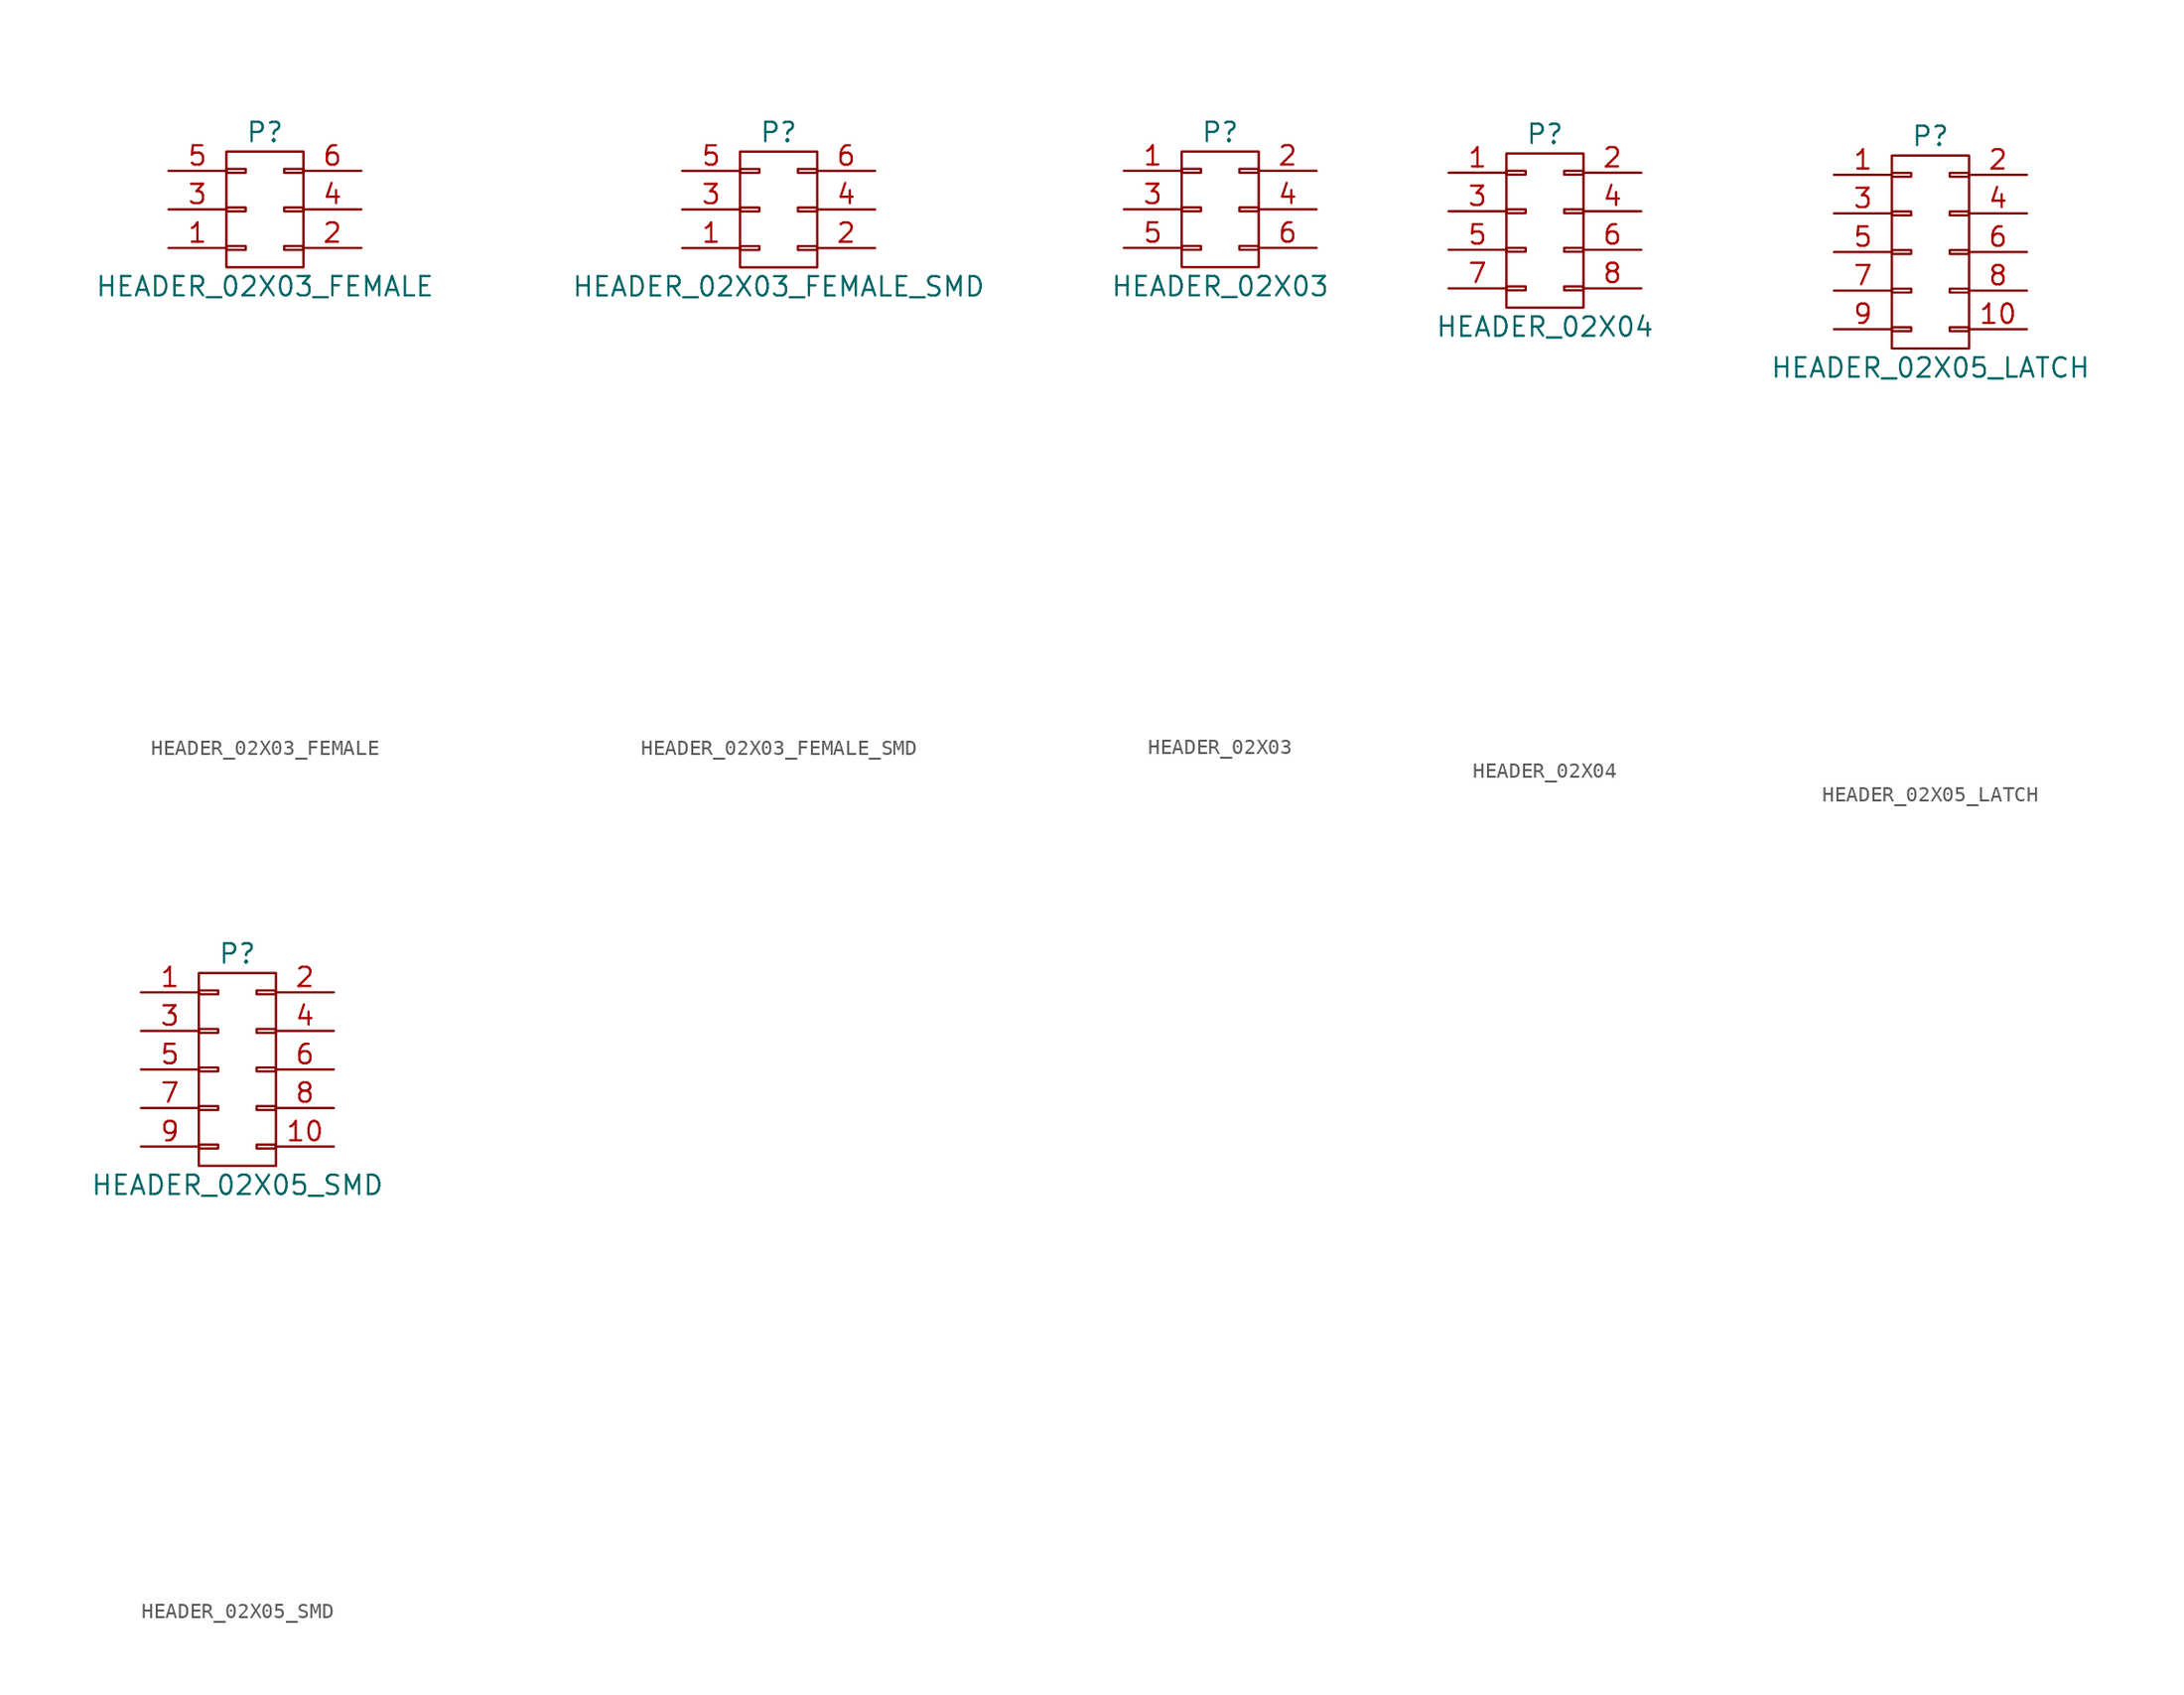
<source format=kicad_sym>
(kicad_symbol_lib
  (version 20211014)
  (generator kicad_symbol_editor)
  (symbol "HEADER_02X03_FEMALE"
    (pin_names
      (offset 0.025) hide)
    (property "Reference" "P"
      (at 0 5.08 0)
      (effects (font (size 1.27 1.27))))
    (property "Value" "HEADER_02X03_FEMALE"
      (at 0 -5.08 0)
      (effects (font (size 1.27 1.27))))
    (property "Datasheet" ""
      (at 0 -30.48 0)
      (effects (font (size 1.524 1.524))))
    (symbol "HEADER_02X03_FEMALE_0_1"
      (rectangle (start -2.54 -2.413) (end -1.27 -2.667) (stroke (width 0) (type default) (color 0 0 0 0)) (fill (type none)))
      (rectangle (start -2.54 0.127) (end -1.27 -0.127) (stroke (width 0) (type default) (color 0 0 0 0)) (fill (type none)))
      (rectangle (start -2.54 2.667) (end -1.27 2.413) (stroke (width 0) (type default) (color 0 0 0 0)) (fill (type none)))
      (rectangle (start -2.54 3.81) (end 2.54 -3.81) (stroke (width 0) (type default) (color 0 0 0 0)) (fill (type none)))
      (rectangle (start 1.27 -2.413) (end 2.54 -2.667) (stroke (width 0) (type default) (color 0 0 0 0)) (fill (type none)))
      (rectangle (start 1.27 0.127) (end 2.54 -0.127) (stroke (width 0) (type default) (color 0 0 0 0)) (fill (type none)))
      (rectangle (start 1.27 2.667) (end 2.54 2.413) (stroke (width 0) (type default) (color 0 0 0 0)) (fill (type none))))
    (symbol "HEADER_02X03_FEMALE_1_1"
      (pin passive line (at -6.35 -2.54 0) (length 3.81) (name "P1" (effects (font (size 1.27 1.27)))) (number "1" (effects (font (size 1.27 1.27)))))
      (pin passive line (at 6.35 -2.54 180) (length 3.81) (name "P2" (effects (font (size 1.27 1.27)))) (number "2" (effects (font (size 1.27 1.27)))))
      (pin passive line (at -6.35 0 0) (length 3.81) (name "P3" (effects (font (size 1.27 1.27)))) (number "3" (effects (font (size 1.27 1.27)))))
      (pin passive line (at 6.35 0 180) (length 3.81) (name "P4" (effects (font (size 1.27 1.27)))) (number "4" (effects (font (size 1.27 1.27)))))
      (pin passive line (at -6.35 2.54 0) (length 3.81) (name "P5" (effects (font (size 1.27 1.27)))) (number "5" (effects (font (size 1.27 1.27)))))
      (pin passive line (at 6.35 2.54 180) (length 3.81) (name "P6" (effects (font (size 1.27 1.27)))) (number "6" (effects (font (size 1.27 1.27)))))))
  (symbol "HEADER_02X03_FEMALE_SMD"
    (pin_names
      (offset 0.025) hide)
    (property "Reference" "P"
      (at 0 5.08 0)
      (effects (font (size 1.27 1.27))))
    (property "Value" "HEADER_02X03_FEMALE_SMD"
      (at 0 -5.08 0)
      (effects (font (size 1.27 1.27))))
    (property "Datasheet" ""
      (at 0 -30.48 0)
      (effects (font (size 1.524 1.524))))
    (symbol "HEADER_02X03_FEMALE_SMD_0_1"
      (rectangle (start -2.54 -2.413) (end -1.27 -2.667) (stroke (width 0) (type default) (color 0 0 0 0)) (fill (type none)))
      (rectangle (start -2.54 0.127) (end -1.27 -0.127) (stroke (width 0) (type default) (color 0 0 0 0)) (fill (type none)))
      (rectangle (start -2.54 2.667) (end -1.27 2.413) (stroke (width 0) (type default) (color 0 0 0 0)) (fill (type none)))
      (rectangle (start -2.54 3.81) (end 2.54 -3.81) (stroke (width 0) (type default) (color 0 0 0 0)) (fill (type none)))
      (rectangle (start 1.27 -2.413) (end 2.54 -2.667) (stroke (width 0) (type default) (color 0 0 0 0)) (fill (type none)))
      (rectangle (start 1.27 0.127) (end 2.54 -0.127) (stroke (width 0) (type default) (color 0 0 0 0)) (fill (type none)))
      (rectangle (start 1.27 2.667) (end 2.54 2.413) (stroke (width 0) (type default) (color 0 0 0 0)) (fill (type none))))
    (symbol "HEADER_02X03_FEMALE_SMD_1_1"
      (pin passive line (at -6.35 -2.54 0) (length 3.81) (name "P1" (effects (font (size 1.27 1.27)))) (number "1" (effects (font (size 1.27 1.27)))))
      (pin passive line (at 6.35 -2.54 180) (length 3.81) (name "P2" (effects (font (size 1.27 1.27)))) (number "2" (effects (font (size 1.27 1.27)))))
      (pin passive line (at -6.35 0 0) (length 3.81) (name "P3" (effects (font (size 1.27 1.27)))) (number "3" (effects (font (size 1.27 1.27)))))
      (pin passive line (at 6.35 0 180) (length 3.81) (name "P4" (effects (font (size 1.27 1.27)))) (number "4" (effects (font (size 1.27 1.27)))))
      (pin passive line (at -6.35 2.54 0) (length 3.81) (name "P5" (effects (font (size 1.27 1.27)))) (number "5" (effects (font (size 1.27 1.27)))))
      (pin passive line (at 6.35 2.54 180) (length 3.81) (name "P6" (effects (font (size 1.27 1.27)))) (number "6" (effects (font (size 1.27 1.27)))))))
  (symbol "HEADER_02X03"
    (pin_names
      (offset 0.025) hide)
    (property "Reference" "P"
      (at 0 5.08 0)
      (effects (font (size 1.27 1.27))))
    (property "Value" "HEADER_02X03"
      (at 0 -5.08 0)
      (effects (font (size 1.27 1.27))))
    (property "Datasheet" ""
      (at 0 -30.48 0)
      (effects (font (size 1.524 1.524))))
    (symbol "HEADER_02X03_0_1"
      (rectangle (start -2.54 -2.413) (end -1.27 -2.667) (stroke (width 0) (type default) (color 0 0 0 0)) (fill (type none)))
      (rectangle (start -2.54 0.127) (end -1.27 -0.127) (stroke (width 0) (type default) (color 0 0 0 0)) (fill (type none)))
      (rectangle (start -2.54 2.667) (end -1.27 2.413) (stroke (width 0) (type default) (color 0 0 0 0)) (fill (type none)))
      (rectangle (start -2.54 3.81) (end 2.54 -3.81) (stroke (width 0) (type default) (color 0 0 0 0)) (fill (type none)))
      (rectangle (start 1.27 -2.413) (end 2.54 -2.667) (stroke (width 0) (type default) (color 0 0 0 0)) (fill (type none)))
      (rectangle (start 1.27 0.127) (end 2.54 -0.127) (stroke (width 0) (type default) (color 0 0 0 0)) (fill (type none)))
      (rectangle (start 1.27 2.667) (end 2.54 2.413) (stroke (width 0) (type default) (color 0 0 0 0)) (fill (type none))))
    (symbol "HEADER_02X03_1_1"
      (pin passive line (at -6.35 2.54 0) (length 3.81) (name "P1" (effects (font (size 1.27 1.27)))) (number "1" (effects (font (size 1.27 1.27)))))
      (pin passive line (at 6.35 2.54 180) (length 3.81) (name "P2" (effects (font (size 1.27 1.27)))) (number "2" (effects (font (size 1.27 1.27)))))
      (pin passive line (at -6.35 0 0) (length 3.81) (name "P3" (effects (font (size 1.27 1.27)))) (number "3" (effects (font (size 1.27 1.27)))))
      (pin passive line (at 6.35 0 180) (length 3.81) (name "P4" (effects (font (size 1.27 1.27)))) (number "4" (effects (font (size 1.27 1.27)))))
      (pin passive line (at -6.35 -2.54 0) (length 3.81) (name "P5" (effects (font (size 1.27 1.27)))) (number "5" (effects (font (size 1.27 1.27)))))
      (pin passive line (at 6.35 -2.54 180) (length 3.81) (name "P6" (effects (font (size 1.27 1.27)))) (number "6" (effects (font (size 1.27 1.27)))))))
  (symbol "HEADER_02X04"
    (pin_names
      (offset 0.025) hide)
    (property "Reference" "P"
      (at 0 6.35 0)
      (effects (font (size 1.27 1.27))))
    (property "Value" "HEADER_02X04"
      (at 0 -6.35 0)
      (effects (font (size 1.27 1.27))))
    (property "Datasheet" ""
      (at 0 -30.48 0)
      (effects (font (size 1.524 1.524))))
    (symbol "HEADER_02X04_0_1"
      (rectangle (start -2.54 -3.683) (end -1.27 -3.937) (stroke (width 0) (type default) (color 0 0 0 0)) (fill (type none)))
      (rectangle (start -2.54 -1.143) (end -1.27 -1.397) (stroke (width 0) (type default) (color 0 0 0 0)) (fill (type none)))
      (rectangle (start -2.54 1.397) (end -1.27 1.143) (stroke (width 0) (type default) (color 0 0 0 0)) (fill (type none)))
      (rectangle (start -2.54 3.937) (end -1.27 3.683) (stroke (width 0) (type default) (color 0 0 0 0)) (fill (type none)))
      (rectangle (start -2.54 5.08) (end 2.54 -5.08) (stroke (width 0) (type default) (color 0 0 0 0)) (fill (type none)))
      (rectangle (start 1.27 -3.683) (end 2.54 -3.937) (stroke (width 0) (type default) (color 0 0 0 0)) (fill (type none)))
      (rectangle (start 1.27 -1.143) (end 2.54 -1.397) (stroke (width 0) (type default) (color 0 0 0 0)) (fill (type none)))
      (rectangle (start 1.27 1.397) (end 2.54 1.143) (stroke (width 0) (type default) (color 0 0 0 0)) (fill (type none)))
      (rectangle (start 1.27 3.937) (end 2.54 3.683) (stroke (width 0) (type default) (color 0 0 0 0)) (fill (type none))))
    (symbol "HEADER_02X04_1_1"
      (pin passive line (at -6.35 3.81 0) (length 3.81) (name "P1" (effects (font (size 1.27 1.27)))) (number "1" (effects (font (size 1.27 1.27)))))
      (pin passive line (at 6.35 3.81 180) (length 3.81) (name "P2" (effects (font (size 1.27 1.27)))) (number "2" (effects (font (size 1.27 1.27)))))
      (pin passive line (at -6.35 1.27 0) (length 3.81) (name "P3" (effects (font (size 1.27 1.27)))) (number "3" (effects (font (size 1.27 1.27)))))
      (pin passive line (at 6.35 1.27 180) (length 3.81) (name "P4" (effects (font (size 1.27 1.27)))) (number "4" (effects (font (size 1.27 1.27)))))
      (pin passive line (at -6.35 -1.27 0) (length 3.81) (name "P5" (effects (font (size 1.27 1.27)))) (number "5" (effects (font (size 1.27 1.27)))))
      (pin passive line (at 6.35 -1.27 180) (length 3.81) (name "P6" (effects (font (size 1.27 1.27)))) (number "6" (effects (font (size 1.27 1.27)))))
      (pin passive line (at -6.35 -3.81 0) (length 3.81) (name "P7" (effects (font (size 1.27 1.27)))) (number "7" (effects (font (size 1.27 1.27)))))
      (pin passive line (at 6.35 -3.81 180) (length 3.81) (name "P8" (effects (font (size 1.27 1.27)))) (number "8" (effects (font (size 1.27 1.27)))))))
  (symbol "HEADER_02X05_LATCH"
    (pin_names
      (offset 0.025) hide)
    (property "Reference" "P"
      (at 0 7.62 0)
      (effects (font (size 1.27 1.27))))
    (property "Value" "HEADER_02X05_LATCH"
      (at 0 -7.62 0)
      (effects (font (size 1.27 1.27))))
    (property "Datasheet" ""
      (at 0 -30.48 0)
      (effects (font (size 1.524 1.524))))
    (symbol "HEADER_02X05_LATCH_0_1"
      (rectangle (start -2.54 -4.953) (end -1.27 -5.207) (stroke (width 0) (type default) (color 0 0 0 0)) (fill (type none)))
      (rectangle (start -2.54 -2.413) (end -1.27 -2.667) (stroke (width 0) (type default) (color 0 0 0 0)) (fill (type none)))
      (rectangle (start -2.54 0.127) (end -1.27 -0.127) (stroke (width 0) (type default) (color 0 0 0 0)) (fill (type none)))
      (rectangle (start -2.54 2.667) (end -1.27 2.413) (stroke (width 0) (type default) (color 0 0 0 0)) (fill (type none)))
      (rectangle (start -2.54 5.207) (end -1.27 4.953) (stroke (width 0) (type default) (color 0 0 0 0)) (fill (type none)))
      (rectangle (start -2.54 6.35) (end 2.54 -6.35) (stroke (width 0) (type default) (color 0 0 0 0)) (fill (type none)))
      (rectangle (start 1.27 -4.953) (end 2.54 -5.207) (stroke (width 0) (type default) (color 0 0 0 0)) (fill (type none)))
      (rectangle (start 1.27 -2.413) (end 2.54 -2.667) (stroke (width 0) (type default) (color 0 0 0 0)) (fill (type none)))
      (rectangle (start 1.27 0.127) (end 2.54 -0.127) (stroke (width 0) (type default) (color 0 0 0 0)) (fill (type none)))
      (rectangle (start 1.27 2.667) (end 2.54 2.413) (stroke (width 0) (type default) (color 0 0 0 0)) (fill (type none)))
      (rectangle (start 1.27 5.207) (end 2.54 4.953) (stroke (width 0) (type default) (color 0 0 0 0)) (fill (type none))))
    (symbol "HEADER_02X05_LATCH_1_1"
      (pin passive line (at -6.35 5.08 0) (length 3.81) (name "P1" (effects (font (size 1.27 1.27)))) (number "1" (effects (font (size 1.27 1.27)))))
      (pin passive line (at 6.35 -5.08 180) (length 3.81) (name "P10" (effects (font (size 1.27 1.27)))) (number "10" (effects (font (size 1.27 1.27)))))
      (pin passive line (at 6.35 5.08 180) (length 3.81) (name "P2" (effects (font (size 1.27 1.27)))) (number "2" (effects (font (size 1.27 1.27)))))
      (pin passive line (at -6.35 2.54 0) (length 3.81) (name "P3" (effects (font (size 1.27 1.27)))) (number "3" (effects (font (size 1.27 1.27)))))
      (pin passive line (at 6.35 2.54 180) (length 3.81) (name "P4" (effects (font (size 1.27 1.27)))) (number "4" (effects (font (size 1.27 1.27)))))
      (pin passive line (at -6.35 0 0) (length 3.81) (name "P5" (effects (font (size 1.27 1.27)))) (number "5" (effects (font (size 1.27 1.27)))))
      (pin passive line (at 6.35 0 180) (length 3.81) (name "P6" (effects (font (size 1.27 1.27)))) (number "6" (effects (font (size 1.27 1.27)))))
      (pin passive line (at -6.35 -2.54 0) (length 3.81) (name "P7" (effects (font (size 1.27 1.27)))) (number "7" (effects (font (size 1.27 1.27)))))
      (pin passive line (at 6.35 -2.54 180) (length 3.81) (name "P8" (effects (font (size 1.27 1.27)))) (number "8" (effects (font (size 1.27 1.27)))))
      (pin passive line (at -6.35 -5.08 0) (length 3.81) (name "P9" (effects (font (size 1.27 1.27)))) (number "9" (effects (font (size 1.27 1.27)))))))
  (symbol "HEADER_02X05_SMD"
    (pin_names
      (offset 0.025) hide)
    (property "Reference" "P"
      (at 0 7.62 0)
      (effects (font (size 1.27 1.27))))
    (property "Value" "HEADER_02X05_SMD"
      (at 0 -7.62 0)
      (effects (font (size 1.27 1.27))))
    (property "Datasheet" ""
      (at 0 -30.48 0)
      (effects (font (size 1.524 1.524))))
    (symbol "HEADER_02X05_SMD_0_1"
      (rectangle (start -2.54 -4.953) (end -1.27 -5.207) (stroke (width 0) (type default) (color 0 0 0 0)) (fill (type none)))
      (rectangle (start -2.54 -2.413) (end -1.27 -2.667) (stroke (width 0) (type default) (color 0 0 0 0)) (fill (type none)))
      (rectangle (start -2.54 0.127) (end -1.27 -0.127) (stroke (width 0) (type default) (color 0 0 0 0)) (fill (type none)))
      (rectangle (start -2.54 2.667) (end -1.27 2.413) (stroke (width 0) (type default) (color 0 0 0 0)) (fill (type none)))
      (rectangle (start -2.54 5.207) (end -1.27 4.953) (stroke (width 0) (type default) (color 0 0 0 0)) (fill (type none)))
      (rectangle (start -2.54 6.35) (end 2.54 -6.35) (stroke (width 0) (type default) (color 0 0 0 0)) (fill (type none)))
      (rectangle (start 1.27 -4.953) (end 2.54 -5.207) (stroke (width 0) (type default) (color 0 0 0 0)) (fill (type none)))
      (rectangle (start 1.27 -2.413) (end 2.54 -2.667) (stroke (width 0) (type default) (color 0 0 0 0)) (fill (type none)))
      (rectangle (start 1.27 0.127) (end 2.54 -0.127) (stroke (width 0) (type default) (color 0 0 0 0)) (fill (type none)))
      (rectangle (start 1.27 2.667) (end 2.54 2.413) (stroke (width 0) (type default) (color 0 0 0 0)) (fill (type none)))
      (rectangle (start 1.27 5.207) (end 2.54 4.953) (stroke (width 0) (type default) (color 0 0 0 0)) (fill (type none))))
    (symbol "HEADER_02X05_SMD_1_1"
      (pin passive line (at -6.35 5.08 0) (length 3.81) (name "P1" (effects (font (size 1.27 1.27)))) (number "1" (effects (font (size 1.27 1.27)))))
      (pin passive line (at 6.35 -5.08 180) (length 3.81) (name "P10" (effects (font (size 1.27 1.27)))) (number "10" (effects (font (size 1.27 1.27)))))
      (pin passive line (at 6.35 5.08 180) (length 3.81) (name "P2" (effects (font (size 1.27 1.27)))) (number "2" (effects (font (size 1.27 1.27)))))
      (pin passive line (at -6.35 2.54 0) (length 3.81) (name "P3" (effects (font (size 1.27 1.27)))) (number "3" (effects (font (size 1.27 1.27)))))
      (pin passive line (at 6.35 2.54 180) (length 3.81) (name "P4" (effects (font (size 1.27 1.27)))) (number "4" (effects (font (size 1.27 1.27)))))
      (pin passive line (at -6.35 0 0) (length 3.81) (name "P5" (effects (font (size 1.27 1.27)))) (number "5" (effects (font (size 1.27 1.27)))))
      (pin passive line (at 6.35 0 180) (length 3.81) (name "P6" (effects (font (size 1.27 1.27)))) (number "6" (effects (font (size 1.27 1.27)))))
      (pin passive line (at -6.35 -2.54 0) (length 3.81) (name "P7" (effects (font (size 1.27 1.27)))) (number "7" (effects (font (size 1.27 1.27)))))
      (pin passive line (at 6.35 -2.54 180) (length 3.81) (name "P8" (effects (font (size 1.27 1.27)))) (number "8" (effects (font (size 1.27 1.27)))))
      (pin passive line (at -6.35 -5.08 0) (length 3.81) (name "P9" (effects (font (size 1.27 1.27)))) (number "9" (effects (font (size 1.27 1.27))))))))
</source>
